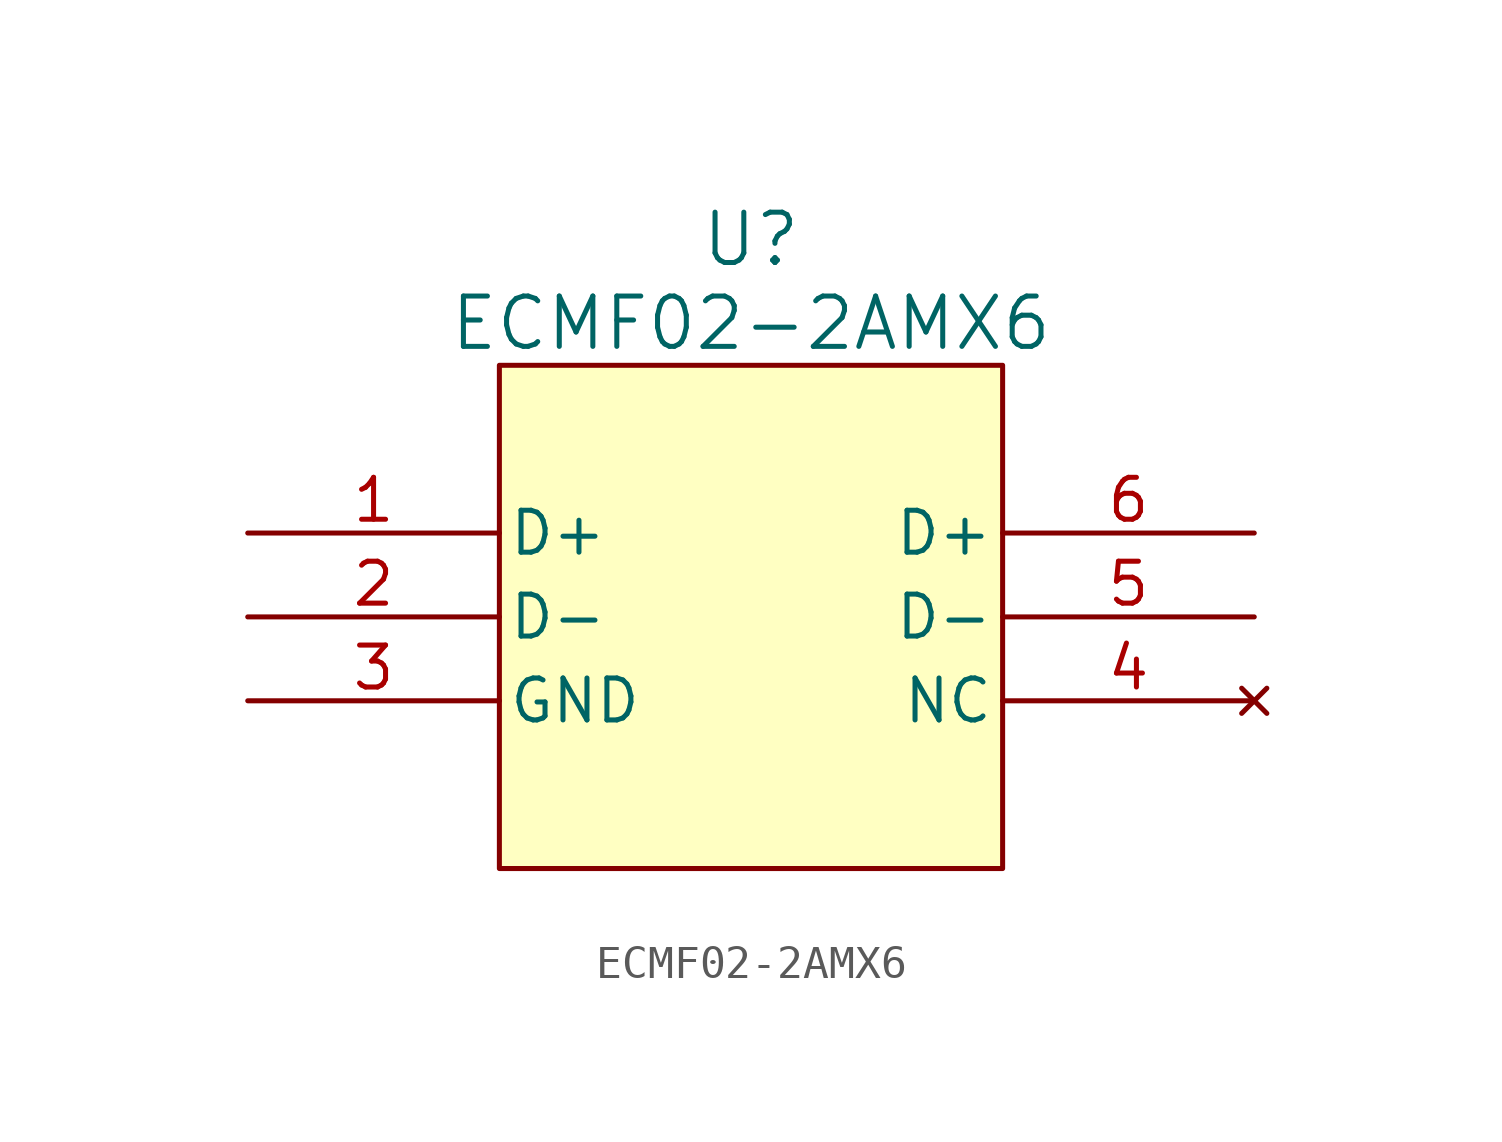
<source format=kicad_sym>
(kicad_symbol_lib
  (version 20241209)
  (generator "kicad_symbol_editor")
  (generator_version "9.0")
  (symbol "ECMF02-2AMX6"
    (pin_names
      (offset 0.254))
    (property "Reference" "U"
      (at 15.24 8.89 0)
      (effects (font (size 1.524 1.524))))
    (property "Value" "ECMF02-2AMX6"
      (at 15.24 6.35 0)
      (effects (font (size 1.524 1.524))))
    (symbol "ECMF02-2AMX6_0_1"
      (pin bidirectional line (at 0 -2.54 0) (length 7.62) (name "D-" (effects (font (size 1.27 1.27)))) (number "2" (effects (font (size 1.27 1.27)))))
      (pin bidirectional line (at 30.48 -2.54 180) (length 7.62) (name "D-" (effects (font (size 1.27 1.27)))) (number "5" (effects (font (size 1.27 1.27)))))
      (pin no_connect line (at 30.48 -5.08 180) (length 7.62) (name "NC" (effects (font (size 1.27 1.27)))) (number "4" (effects (font (size 1.27 1.27))))))
    (symbol "ECMF02-2AMX6_1_1"
      (rectangle (start 7.62 5.08) (end 22.86 -10.16) (stroke (width 0) (type solid)) (fill (type background)))
      (pin bidirectional line (at 0 0 0) (length 7.62) (name "D+" (effects (font (size 1.27 1.27)))) (number "1" (effects (font (size 1.27 1.27)))))
      (pin power_in line (at 0 -5.08 0) (length 7.62) (name "GND" (effects (font (size 1.27 1.27)))) (number "3" (effects (font (size 1.27 1.27)))))
      (pin bidirectional line (at 30.48 0 180) (length 7.62) (name "D+" (effects (font (size 1.27 1.27)))) (number "6" (effects (font (size 1.27 1.27))))))))
</source>
